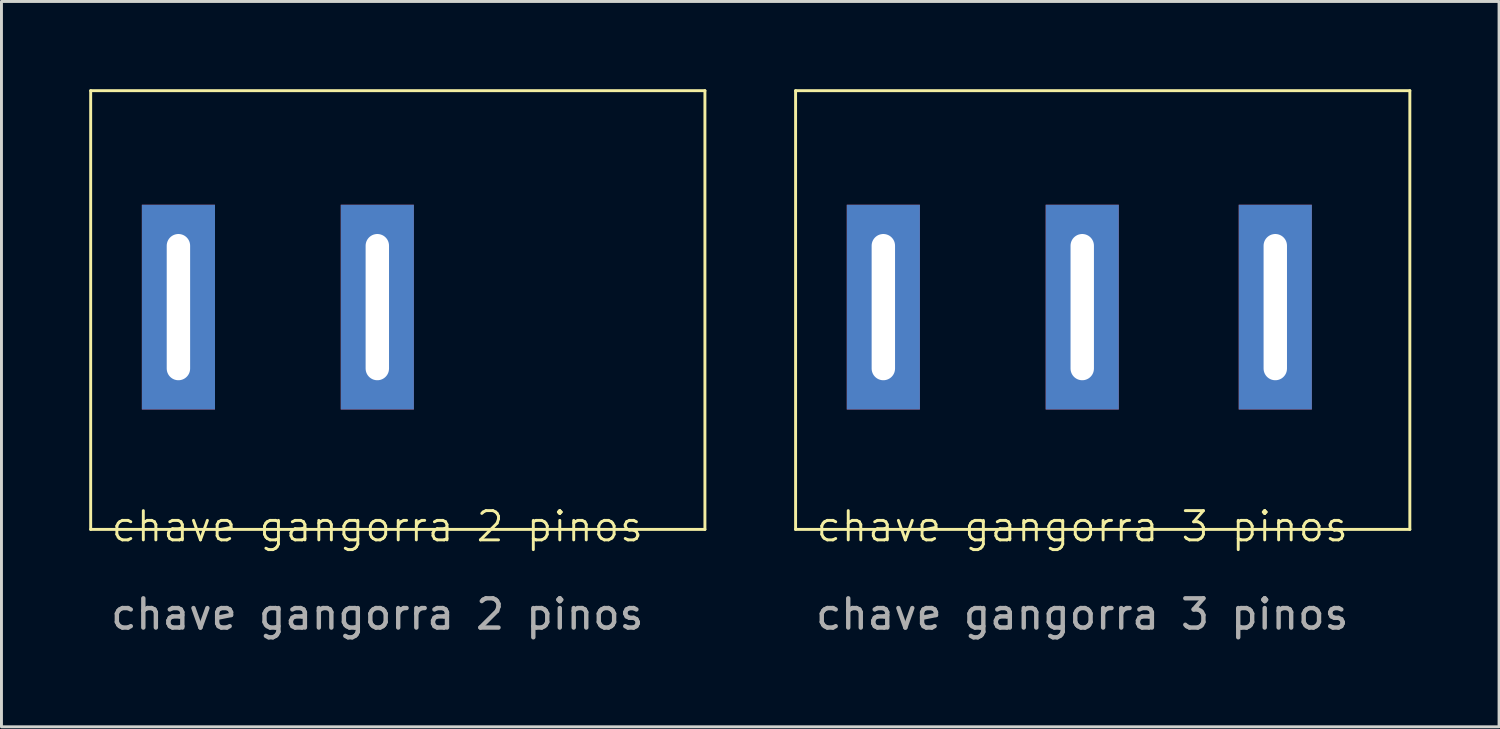
<source format=kicad_pcb>
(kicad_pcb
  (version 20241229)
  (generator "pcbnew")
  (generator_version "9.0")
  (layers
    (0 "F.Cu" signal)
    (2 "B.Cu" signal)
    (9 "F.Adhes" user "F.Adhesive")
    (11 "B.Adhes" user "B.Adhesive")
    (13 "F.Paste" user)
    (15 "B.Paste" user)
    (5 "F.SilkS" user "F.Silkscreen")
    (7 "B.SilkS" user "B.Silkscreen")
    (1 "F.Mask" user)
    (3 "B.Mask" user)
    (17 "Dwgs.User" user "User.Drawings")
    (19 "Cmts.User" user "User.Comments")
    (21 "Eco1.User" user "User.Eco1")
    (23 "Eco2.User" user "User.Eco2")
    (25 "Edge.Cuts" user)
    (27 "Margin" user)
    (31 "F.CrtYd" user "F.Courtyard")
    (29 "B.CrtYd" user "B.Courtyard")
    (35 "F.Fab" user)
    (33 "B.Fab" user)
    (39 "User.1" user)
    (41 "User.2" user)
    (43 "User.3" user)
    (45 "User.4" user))
  (footprint "chave gangorra 3 pinos"
    (layer "F.Cu")
    (at 33.95 15.45)
    (property "Reference" "chave gangorra 3 pinos" (at 0 -0.5 0) (unlocked yes) (layer "F.SilkS") (effects (font (size 1 1) (thickness 0.1))))
    (attr through_hole)
    (fp_line (start -9.8 -15.4) (end 11.2 -15.4) (stroke (width 0.1) (type default)) (layer "F.SilkS"))
    (fp_line (start -9.8 -0.4) (end -9.8 -15.4) (stroke (width 0.1) (type default)) (layer "F.SilkS"))
    (fp_line (start -9.8 -0.4) (end 11.2 -0.4) (stroke (width 0.1) (type default)) (layer "F.SilkS"))
    (fp_line (start 11.2 -0.4) (end 11.2 -15.4) (stroke (width 0.1) (type default)) (layer "F.SilkS"))
    (fp_text user "${REFERENCE}" (at 0 2.5 0) (unlocked yes) (layer "F.Fab") (effects (font (size 1 1) (thickness 0.15))))
    (pad "1" thru_hole rect (at 0 -8) (size 2.5 7) (drill oval 0.8 5) (layers "*.Cu" "*.Mask"))
    (pad "1a" thru_hole rect (at -6.8 -8) (size 2.5 7) (drill oval 0.8 5) (layers "*.Cu" "*.Mask"))
    (pad "1b" thru_hole rect (at 6.6 -8) (size 2.5 7) (drill oval 0.8 5) (layers "*.Cu" "*.Mask")))
  (footprint "chave gangorra 2 pinos"
    (layer "F.Cu")
    (at 9.85 15.45)
    (property "Reference" "chave gangorra 2 pinos" (at 0 -0.5 0) (unlocked yes) (layer "F.SilkS") (effects (font (size 1 1) (thickness 0.1))))
    (attr through_hole)
    (fp_line (start -9.8 -15.4) (end 11.2 -15.4) (stroke (width 0.1) (type default)) (layer "F.SilkS"))
    (fp_line (start -9.8 -0.4) (end -9.8 -15.4) (stroke (width 0.1) (type default)) (layer "F.SilkS"))
    (fp_line (start -9.8 -0.4) (end 11.2 -0.4) (stroke (width 0.1) (type default)) (layer "F.SilkS"))
    (fp_line (start 11.2 -0.4) (end 11.2 -15.4) (stroke (width 0.1) (type default)) (layer "F.SilkS"))
    (fp_text user "${REFERENCE}" (at 0 2.5 0) (unlocked yes) (layer "F.Fab") (effects (font (size 1 1) (thickness 0.15))))
    (pad "1" thru_hole rect (at 0 -8) (size 2.5 7) (drill oval 0.8 5) (layers "*.Cu" "*.Mask"))
    (pad "2" thru_hole rect (at -6.8 -8) (size 2.5 7) (drill oval 0.8 5) (layers "*.Cu" "*.Mask")))
  (gr_rect
    (start -3 -3)
    (end 48.2 21.798)
    (stroke (width 0.1) (type default))
    (fill no)
    (layer "Edge.Cuts")))
</source>
